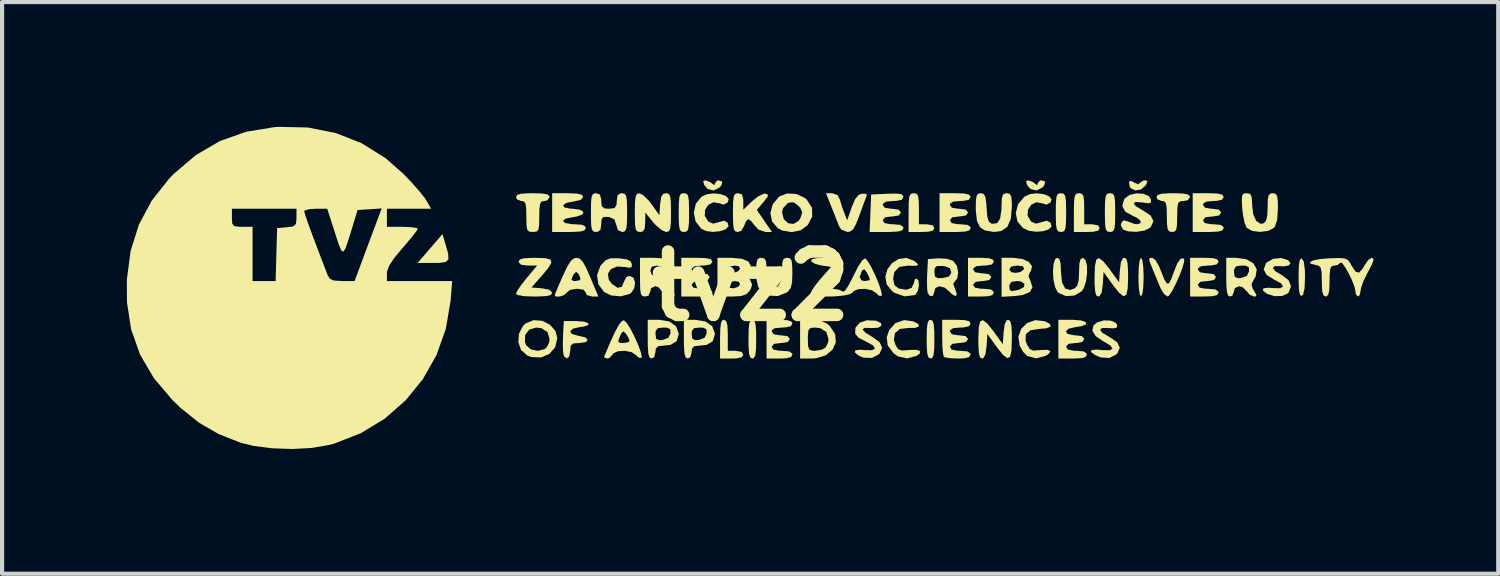
<source format=kicad_pcb>
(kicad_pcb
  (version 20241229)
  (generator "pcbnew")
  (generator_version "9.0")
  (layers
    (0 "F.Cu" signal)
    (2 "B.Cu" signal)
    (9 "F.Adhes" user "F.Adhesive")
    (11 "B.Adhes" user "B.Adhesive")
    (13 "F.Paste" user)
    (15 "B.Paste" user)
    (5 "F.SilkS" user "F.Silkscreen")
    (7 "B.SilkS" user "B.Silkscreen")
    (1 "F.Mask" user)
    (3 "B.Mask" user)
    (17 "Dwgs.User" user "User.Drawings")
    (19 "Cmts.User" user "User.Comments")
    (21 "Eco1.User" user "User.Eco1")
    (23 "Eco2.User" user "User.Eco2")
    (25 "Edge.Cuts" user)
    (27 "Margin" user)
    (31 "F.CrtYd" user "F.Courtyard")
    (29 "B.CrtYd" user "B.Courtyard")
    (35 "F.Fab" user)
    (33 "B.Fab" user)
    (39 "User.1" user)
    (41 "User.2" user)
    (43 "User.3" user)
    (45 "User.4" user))
  (footprint "tvz2"
    (layer "F.Cu")
    (at 15.009 3.832)
    (property "Reference" "tvz2" (at 0 0 0) (layer "F.SilkS") (effects (font (size 1.524 1.524) (thickness 0.3))))
    (attr board_only exclude_from_pos_files exclude_from_bom)
    (fp_poly (pts (xy -7.348 -1.014) (xy -7.284 -0.785) (xy -7.275 -0.65) (xy -7.338 -0.583) (xy -7.487 -0.561) (xy -7.642 -0.559) (xy -8.018 -0.559) (xy -7.72 -0.905) (xy -7.421 -1.252)) (stroke (width 0) (type solid)) (fill yes) (layer "F.SilkS"))
    (fp_poly (pts (xy 9.532 -2.528) (xy 9.506 -2.453) (xy 9.487 -2.422) (xy 9.376 -2.325) (xy 9.24 -2.303) (xy 9.129 -2.357) (xy 9.103 -2.4) (xy 9.087 -2.513) (xy 9.145 -2.533) (xy 9.215 -2.49) (xy 9.309 -2.451) (xy 9.345 -2.481) (xy 9.436 -2.541) (xy 9.475 -2.546)) (stroke (width 0) (type solid)) (fill yes) (layer "F.SilkS"))
    (fp_poly (pts (xy 13.243 -0.668) (xy 13.292 -0.588) (xy 13.317 -0.389) (xy 13.321 -0.217) (xy 13.309 0.052) (xy 13.275 0.201) (xy 13.243 0.233) (xy 13.202 0.212) (xy 13.177 0.105) (xy 13.167 -0.105) (xy 13.166 -0.217) (xy 13.171 -0.471) (xy 13.19 -0.616) (xy 13.225 -0.669)) (stroke (width 0) (type solid)) (fill yes) (layer "F.SilkS"))
    (fp_poly (pts (xy -0.692 -2.514) (xy -0.711 -2.428) (xy -0.758 -2.372) (xy -0.9 -2.302) (xy -1.042 -2.337) (xy -1.118 -2.422) (xy -1.153 -2.519) (xy -1.105 -2.546) (xy -1.101 -2.546) (xy -0.987 -2.506) (xy -0.944 -2.472) (xy -0.882 -2.428) (xy -0.869 -2.472) (xy -0.819 -2.538) (xy -0.776 -2.546)) (stroke (width 0) (type solid)) (fill yes) (layer "F.SilkS"))
    (fp_poly (pts (xy 7.071 -2.514) (xy 7.052 -2.428) (xy 7.005 -2.372) (xy 6.863 -2.302) (xy 6.72 -2.337) (xy 6.645 -2.422) (xy 6.61 -2.519) (xy 6.658 -2.546) (xy 6.661 -2.546) (xy 6.776 -2.506) (xy 6.819 -2.472) (xy 6.88 -2.428) (xy 6.893 -2.472) (xy 6.943 -2.538) (xy 6.987 -2.546)) (stroke (width 0) (type solid)) (fill yes) (layer "F.SilkS"))
    (fp_poly (pts (xy 0.08 0.832) (xy 0.109 0.92) (xy 0.122 1.094) (xy 0.124 1.273) (xy 0.119 1.519) (xy 0.102 1.663) (xy 0.067 1.728) (xy 0.031 1.739) (xy -0.018 1.714) (xy -0.047 1.626) (xy -0.06 1.452) (xy -0.062 1.273) (xy -0.057 1.027) (xy -0.04 0.883) (xy -0.005 0.818) (xy 0.031 0.807)) (stroke (width 0) (type solid)) (fill yes) (layer "F.SilkS"))
    (fp_poly (pts (xy 4.365 0.832) (xy 4.394 0.92) (xy 4.407 1.094) (xy 4.409 1.273) (xy 4.404 1.519) (xy 4.387 1.663) (xy 4.352 1.728) (xy 4.316 1.739) (xy 4.267 1.714) (xy 4.238 1.626) (xy 4.225 1.452) (xy 4.223 1.273) (xy 4.228 1.027) (xy 4.245 0.883) (xy 4.28 0.818) (xy 4.316 0.807)) (stroke (width 0) (type solid)) (fill yes) (layer "F.SilkS"))
    (fp_poly (pts (xy 9.409 -0.625) (xy 9.431 -0.469) (xy 9.44 -0.239) (xy 9.44 -0.217) (xy 9.432 0.017) (xy 9.411 0.181) (xy 9.38 0.248) (xy 9.378 0.248) (xy 9.346 0.191) (xy 9.324 0.034) (xy 9.315 -0.196) (xy 9.315 -0.217) (xy 9.323 -0.452) (xy 9.344 -0.616) (xy 9.375 -0.683) (xy 9.378 -0.683)) (stroke (width 0) (type solid)) (fill yes) (layer "F.SilkS"))
    (fp_poly (pts (xy -0.598 0.836) (xy -0.569 0.937) (xy -0.559 1.135) (xy -0.559 1.18) (xy -0.559 1.553) (xy -0.373 1.553) (xy -0.225 1.58) (xy -0.186 1.646) (xy -0.223 1.707) (xy -0.347 1.735) (xy -0.466 1.739) (xy -0.745 1.739) (xy -0.745 1.273) (xy -0.74 1.027) (xy -0.723 0.883) (xy -0.688 0.818) (xy -0.652 0.807)) (stroke (width 0) (type solid)) (fill yes) (layer "F.SilkS"))
    (fp_poly (pts (xy 3.982 -2.222) (xy 4.019 -2.162) (xy 4.034 -2.028) (xy 4.037 -1.863) (xy 4.037 -1.49) (xy 4.223 -1.49) (xy 4.371 -1.463) (xy 4.409 -1.397) (xy 4.376 -1.339) (xy 4.261 -1.31) (xy 4.099 -1.304) (xy 3.788 -1.304) (xy 3.788 -1.77) (xy 3.791 -2.008) (xy 3.805 -2.148) (xy 3.835 -2.215) (xy 3.89 -2.235) (xy 3.912 -2.236)) (stroke (width 0) (type solid)) (fill yes) (layer "F.SilkS"))
    (fp_poly (pts (xy 7.956 -2.222) (xy 7.994 -2.162) (xy 8.009 -2.028) (xy 8.011 -1.863) (xy 8.011 -1.49) (xy 8.198 -1.49) (xy 8.345 -1.463) (xy 8.384 -1.397) (xy 8.351 -1.339) (xy 8.236 -1.31) (xy 8.073 -1.304) (xy 7.763 -1.304) (xy 7.763 -1.77) (xy 7.766 -2.008) (xy 7.779 -2.148) (xy 7.81 -2.215) (xy 7.865 -2.235) (xy 7.887 -2.236)) (stroke (width 0) (type solid)) (fill yes) (layer "F.SilkS"))
    (fp_poly (pts (xy -1.551 -2.225) (xy -1.514 -2.175) (xy -1.496 -2.059) (xy -1.491 -1.854) (xy -1.49 -1.77) (xy -1.493 -1.532) (xy -1.507 -1.392) (xy -1.537 -1.325) (xy -1.592 -1.305) (xy -1.615 -1.304) (xy -1.678 -1.315) (xy -1.715 -1.365) (xy -1.733 -1.48) (xy -1.739 -1.686) (xy -1.739 -1.77) (xy -1.736 -2.008) (xy -1.723 -2.148) (xy -1.692 -2.215) (xy -1.637 -2.235) (xy -1.615 -2.236)) (stroke (width 0) (type solid)) (fill yes) (layer "F.SilkS"))
    (fp_poly (pts (xy 7.516 -2.225) (xy 7.553 -2.175) (xy 7.571 -2.059) (xy 7.576 -1.854) (xy 7.577 -1.77) (xy 7.574 -1.532) (xy 7.56 -1.392) (xy 7.53 -1.325) (xy 7.475 -1.305) (xy 7.452 -1.304) (xy 7.389 -1.315) (xy 7.352 -1.365) (xy 7.334 -1.48) (xy 7.328 -1.686) (xy 7.328 -1.77) (xy 7.331 -2.008) (xy 7.344 -2.148) (xy 7.375 -2.215) (xy 7.43 -2.235) (xy 7.452 -2.236)) (stroke (width 0) (type solid)) (fill yes) (layer "F.SilkS"))
    (fp_poly (pts (xy 8.696 -2.225) (xy 8.733 -2.175) (xy 8.751 -2.059) (xy 8.756 -1.854) (xy 8.756 -1.77) (xy 8.754 -1.532) (xy 8.74 -1.392) (xy 8.709 -1.325) (xy 8.655 -1.305) (xy 8.632 -1.304) (xy 8.569 -1.315) (xy 8.532 -1.365) (xy 8.514 -1.48) (xy 8.508 -1.686) (xy 8.508 -1.77) (xy 8.511 -2.008) (xy 8.524 -2.148) (xy 8.555 -2.215) (xy 8.61 -2.235) (xy 8.632 -2.236)) (stroke (width 0) (type solid)) (fill yes) (layer "F.SilkS"))
    (fp_poly (pts (xy 3.901 0.845) (xy 4.025 0.911) (xy 4.035 0.968) (xy 3.942 1.003) (xy 3.791 1.004) (xy 3.581 1.027) (xy 3.459 1.128) (xy 3.435 1.292) (xy 3.474 1.413) (xy 3.535 1.512) (xy 3.625 1.547) (xy 3.79 1.535) (xy 3.791 1.535) (xy 3.971 1.528) (xy 4.065 1.559) (xy 4.059 1.617) (xy 3.98 1.674) (xy 3.752 1.736) (xy 3.533 1.687) (xy 3.432 1.617) (xy 3.287 1.426) (xy 3.262 1.226) (xy 3.32 1.06) (xy 3.472 0.887) (xy 3.682 0.815)) (stroke (width 0) (type solid)) (fill yes) (layer "F.SilkS"))
    (fp_poly (pts (xy 2.08 -2.193) (xy 2.136 -2.083) (xy 2.189 -1.907) (xy 2.244 -1.757) (xy 2.312 -1.584) (xy 2.419 -1.894) (xy 2.502 -2.093) (xy 2.588 -2.196) (xy 2.667 -2.225) (xy 2.767 -2.222) (xy 2.786 -2.192) (xy 2.755 -2.11) (xy 2.694 -1.946) (xy 2.617 -1.734) (xy 2.612 -1.721) (xy 2.526 -1.499) (xy 2.456 -1.371) (xy 2.385 -1.315) (xy 2.316 -1.304) (xy 2.172 -1.359) (xy 2.116 -1.444) (xy 2.063 -1.58) (xy 1.985 -1.778) (xy 1.932 -1.91) (xy 1.803 -2.236) (xy 1.95 -2.236)) (stroke (width 0) (type solid)) (fill yes) (layer "F.SilkS"))
    (fp_poly (pts (xy 7.06 0.842) (xy 7.189 0.909) (xy 7.202 0.97) (xy 7.105 1.012) (xy 6.947 1.025) (xy 6.725 1.056) (xy 6.609 1.15) (xy 6.601 1.306) (xy 6.635 1.4) (xy 6.699 1.508) (xy 6.786 1.547) (xy 6.943 1.537) (xy 6.958 1.535) (xy 7.13 1.529) (xy 7.199 1.562) (xy 7.158 1.627) (xy 7.084 1.675) (xy 6.858 1.734) (xy 6.643 1.679) (xy 6.638 1.676) (xy 6.543 1.579) (xy 6.461 1.434) (xy 6.428 1.218) (xy 6.495 1.027) (xy 6.638 0.885) (xy 6.835 0.816)) (stroke (width 0) (type solid)) (fill yes) (layer "F.SilkS"))
    (fp_poly (pts (xy -4.015 0.853) (xy -3.914 0.889) (xy -3.912 0.933) (xy -4.019 0.97) (xy -4.114 0.982) (xy -4.282 1.02) (xy -4.348 1.084) (xy -4.307 1.149) (xy -4.156 1.191) (xy -4.15 1.192) (xy -3.987 1.23) (xy -3.926 1.289) (xy -3.968 1.342) (xy -4.119 1.366) (xy -4.125 1.366) (xy -4.273 1.376) (xy -4.335 1.426) (xy -4.347 1.548) (xy -4.347 1.553) (xy -4.372 1.689) (xy -4.428 1.739) (xy -4.492 1.688) (xy -4.508 1.654) (xy -4.522 1.549) (xy -4.526 1.366) (xy -4.521 1.204) (xy -4.502 0.838) (xy -4.207 0.838)) (stroke (width 0) (type solid)) (fill yes) (layer "F.SilkS"))
    (fp_poly (pts (xy -4.949 -0.675) (xy -4.822 -0.641) (xy -4.801 -0.565) (xy -4.879 -0.433) (xy -5.033 -0.248) (xy -5.279 0.031) (xy -5.03 0.05) (xy -4.847 0.085) (xy -4.782 0.154) (xy -4.782 0.159) (xy -4.811 0.208) (xy -4.911 0.236) (xy -5.105 0.247) (xy -5.217 0.248) (xy -5.469 0.239) (xy -5.616 0.211) (xy -5.651 0.179) (xy -5.614 0.099) (xy -5.517 -0.043) (xy -5.397 -0.193) (xy -5.143 -0.497) (xy -5.366 -0.497) (xy -5.529 -0.516) (xy -5.588 -0.578) (xy -5.589 -0.59) (xy -5.562 -0.642) (xy -5.466 -0.671) (xy -5.277 -0.682) (xy -5.186 -0.683)) (stroke (width 0) (type solid)) (fill yes) (layer "F.SilkS"))
    (fp_poly (pts (xy -0.728 -2.214) (xy -0.6 -2.166) (xy -0.537 -2.094) (xy -0.561 -2.015) (xy -0.657 -1.961) (xy -0.752 -1.991) (xy -0.904 -2.019) (xy -1.028 -1.957) (xy -1.105 -1.837) (xy -1.113 -1.693) (xy -1.032 -1.559) (xy -1.023 -1.551) (xy -0.91 -1.504) (xy -0.779 -1.54) (xy -0.649 -1.576) (xy -0.563 -1.526) (xy -0.56 -1.522) (xy -0.541 -1.437) (xy -0.614 -1.368) (xy -0.749 -1.322) (xy -0.914 -1.306) (xy -1.077 -1.326) (xy -1.196 -1.382) (xy -1.332 -1.555) (xy -1.376 -1.769) (xy -1.328 -1.983) (xy -1.194 -2.15) (xy -1.056 -2.213) (xy -0.891 -2.232)) (stroke (width 0) (type solid)) (fill yes) (layer "F.SilkS"))
    (fp_poly (pts (xy 8.044 -0.629) (xy 8.077 -0.493) (xy 8.08 -0.31) (xy 8.054 -0.118) (xy 8.001 0.046) (xy 7.949 0.124) (xy 7.776 0.225) (xy 7.577 0.239) (xy 7.403 0.167) (xy 7.369 0.135) (xy 7.308 0.014) (xy 7.271 -0.163) (xy 7.26 -0.358) (xy 7.274 -0.534) (xy 7.314 -0.653) (xy 7.359 -0.683) (xy 7.416 -0.652) (xy 7.444 -0.544) (xy 7.452 -0.345) (xy 7.478 -0.089) (xy 7.554 0.056) (xy 7.677 0.09) (xy 7.777 0.055) (xy 7.845 -0.014) (xy 7.879 -0.148) (xy 7.887 -0.344) (xy 7.896 -0.549) (xy 7.925 -0.654) (xy 7.98 -0.683)) (stroke (width 0) (type solid)) (fill yes) (layer "F.SilkS"))
    (fp_poly (pts (xy 9.722 -0.63) (xy 9.804 -0.493) (xy 9.848 -0.388) (xy 9.935 -0.169) (xy 9.999 -0.064) (xy 10.053 -0.071) (xy 10.111 -0.187) (xy 10.152 -0.304) (xy 10.247 -0.544) (xy 10.333 -0.666) (xy 10.409 -0.666) (xy 10.413 -0.662) (xy 10.414 -0.585) (xy 10.37 -0.433) (xy 10.296 -0.242) (xy 10.208 -0.045) (xy 10.12 0.124) (xy 10.046 0.23) (xy 10.017 0.248) (xy 9.939 0.196) (xy 9.856 0.067) (xy 9.84 0.031) (xy 9.751 -0.184) (xy 9.66 -0.404) (xy 9.657 -0.411) (xy 9.591 -0.575) (xy 9.571 -0.655) (xy 9.598 -0.681) (xy 9.652 -0.683)) (stroke (width 0) (type solid)) (fill yes) (layer "F.SilkS"))
    (fp_poly (pts (xy 10.38 -2.229) (xy 10.506 -2.207) (xy 10.555 -2.164) (xy 10.557 -2.143) (xy 10.503 -2.068) (xy 10.402 -2.049) (xy 10.316 -2.041) (xy 10.27 -1.998) (xy 10.251 -1.891) (xy 10.247 -1.69) (xy 10.247 -1.677) (xy 10.242 -1.469) (xy 10.223 -1.356) (xy 10.178 -1.311) (xy 10.123 -1.304) (xy 10.053 -1.318) (xy 10.016 -1.377) (xy 10.001 -1.512) (xy 9.999 -1.677) (xy 9.994 -1.885) (xy 9.974 -1.997) (xy 9.929 -2.043) (xy 9.874 -2.049) (xy 9.773 -2.088) (xy 9.75 -2.143) (xy 9.777 -2.195) (xy 9.873 -2.224) (xy 10.062 -2.235) (xy 10.154 -2.236)) (stroke (width 0) (type solid)) (fill yes) (layer "F.SilkS"))
    (fp_poly (pts (xy -5.021 -2.229) (xy -4.895 -2.207) (xy -4.847 -2.164) (xy -4.844 -2.143) (xy -4.896 -2.067) (xy -4.968 -2.049) (xy -5.038 -2.036) (xy -5.075 -1.976) (xy -5.09 -1.842) (xy -5.092 -1.677) (xy -5.096 -1.47) (xy -5.114 -1.359) (xy -5.158 -1.313) (xy -5.242 -1.304) (xy -5.248 -1.304) (xy -5.334 -1.312) (xy -5.38 -1.355) (xy -5.399 -1.463) (xy -5.403 -1.664) (xy -5.403 -1.677) (xy -5.407 -1.885) (xy -5.427 -1.997) (xy -5.472 -2.043) (xy -5.527 -2.049) (xy -5.628 -2.088) (xy -5.651 -2.143) (xy -5.624 -2.195) (xy -5.528 -2.224) (xy -5.339 -2.235) (xy -5.248 -2.236)) (stroke (width 0) (type solid)) (fill yes) (layer "F.SilkS"))
    (fp_poly (pts (xy 1.681 0.829) (xy 1.836 0.906) (xy 1.897 0.96) (xy 2.022 1.153) (xy 2.039 1.349) (xy 1.959 1.527) (xy 1.795 1.662) (xy 1.559 1.733) (xy 1.462 1.739) (xy 1.18 1.739) (xy 1.18 1.273) (xy 1.366 1.273) (xy 1.372 1.445) (xy 1.403 1.527) (xy 1.481 1.551) (xy 1.54 1.553) (xy 1.695 1.527) (xy 1.789 1.478) (xy 1.851 1.357) (xy 1.863 1.273) (xy 1.813 1.103) (xy 1.669 1.01) (xy 1.54 0.994) (xy 1.433 1.003) (xy 1.382 1.053) (xy 1.367 1.178) (xy 1.366 1.273) (xy 1.18 1.273) (xy 1.18 0.807) (xy 1.462 0.807)) (stroke (width 0) (type solid)) (fill yes) (layer "F.SilkS"))
    (fp_poly (pts (xy 3.922 -0.61) (xy 3.947 -0.592) (xy 4.017 -0.526) (xy 3.993 -0.494) (xy 3.863 -0.49) (xy 3.77 -0.495) (xy 3.567 -0.465) (xy 3.447 -0.343) (xy 3.416 -0.177) (xy 3.451 -0.021) (xy 3.553 0.055) (xy 3.733 0.085) (xy 3.863 0.039) (xy 3.912 -0.069) (xy 3.94 -0.166) (xy 3.975 -0.186) (xy 4.026 -0.137) (xy 4.037 -0.022) (xy 4.013 0.106) (xy 3.959 0.198) (xy 3.938 0.211) (xy 3.689 0.244) (xy 3.448 0.159) (xy 3.393 0.12) (xy 3.262 -0.044) (xy 3.229 -0.227) (xy 3.278 -0.405) (xy 3.39 -0.555) (xy 3.546 -0.655) (xy 3.73 -0.681)) (stroke (width 0) (type solid)) (fill yes) (layer "F.SilkS"))
    (fp_poly (pts (xy 6.23 0.835) (xy 6.258 0.931) (xy 6.271 1.117) (xy 6.272 1.273) (xy 6.263 1.544) (xy 6.229 1.696) (xy 6.164 1.731) (xy 6.06 1.653) (xy 5.91 1.465) (xy 5.895 1.444) (xy 5.682 1.149) (xy 5.663 1.444) (xy 5.636 1.642) (xy 5.585 1.731) (xy 5.555 1.739) (xy 5.507 1.712) (xy 5.479 1.615) (xy 5.467 1.429) (xy 5.465 1.273) (xy 5.475 1.002) (xy 5.508 0.85) (xy 5.573 0.815) (xy 5.677 0.893) (xy 5.827 1.081) (xy 5.843 1.102) (xy 6.055 1.397) (xy 6.074 1.102) (xy 6.101 0.904) (xy 6.153 0.815) (xy 6.183 0.807)) (stroke (width 0) (type solid)) (fill yes) (layer "F.SilkS"))
    (fp_poly (pts (xy 7.037 -2.213) (xy 7.164 -2.163) (xy 7.225 -2.09) (xy 7.201 -2.015) (xy 7.106 -1.961) (xy 7.011 -1.991) (xy 6.859 -2.019) (xy 6.735 -1.957) (xy 6.658 -1.837) (xy 6.65 -1.693) (xy 6.731 -1.559) (xy 6.74 -1.551) (xy 6.853 -1.504) (xy 6.984 -1.54) (xy 7.114 -1.576) (xy 7.2 -1.526) (xy 7.203 -1.522) (xy 7.226 -1.434) (xy 7.155 -1.366) (xy 7.021 -1.322) (xy 6.853 -1.31) (xy 6.682 -1.333) (xy 6.542 -1.396) (xy 6.405 -1.558) (xy 6.365 -1.761) (xy 6.421 -1.97) (xy 6.571 -2.151) (xy 6.578 -2.156) (xy 6.713 -2.216) (xy 6.876 -2.233)) (stroke (width 0) (type solid)) (fill yes) (layer "F.SilkS"))
    (fp_poly (pts (xy 9.025 -0.656) (xy 9.053 -0.56) (xy 9.065 -0.373) (xy 9.067 -0.217) (xy 9.057 0.054) (xy 9.024 0.205) (xy 8.959 0.241) (xy 8.855 0.163) (xy 8.705 -0.025) (xy 8.689 -0.047) (xy 8.477 -0.342) (xy 8.458 -0.047) (xy 8.431 0.152) (xy 8.379 0.24) (xy 8.349 0.248) (xy 8.302 0.221) (xy 8.274 0.125) (xy 8.261 -0.061) (xy 8.26 -0.217) (xy 8.269 -0.489) (xy 8.303 -0.64) (xy 8.368 -0.675) (xy 8.472 -0.597) (xy 8.622 -0.41) (xy 8.637 -0.388) (xy 8.85 -0.093) (xy 8.869 -0.388) (xy 8.896 -0.586) (xy 8.947 -0.675) (xy 8.977 -0.683)) (stroke (width 0) (type solid)) (fill yes) (layer "F.SilkS"))
    (fp_poly (pts (xy -5.022 0.832) (xy -4.835 0.925) (xy -4.702 1.077) (xy -4.658 1.249) (xy -4.711 1.47) (xy -4.852 1.63) (xy -5.051 1.713) (xy -5.28 1.703) (xy -5.384 1.665) (xy -5.53 1.533) (xy -5.596 1.345) (xy -5.595 1.343) (xy -5.437 1.343) (xy -5.407 1.421) (xy -5.292 1.52) (xy -5.126 1.554) (xy -4.966 1.514) (xy -4.919 1.478) (xy -4.856 1.357) (xy -4.844 1.273) (xy -4.894 1.103) (xy -5.038 1.01) (xy -5.168 0.994) (xy -5.334 1.045) (xy -5.431 1.173) (xy -5.437 1.343) (xy -5.595 1.343) (xy -5.58 1.139) (xy -5.482 0.953) (xy -5.417 0.893) (xy -5.228 0.816)) (stroke (width 0) (type solid)) (fill yes) (layer "F.SilkS"))
    (fp_poly (pts (xy -4.19 -2.228) (xy -4.073 -2.201) (xy -4.037 -2.15) (xy -4.037 -2.146) (xy -4.095 -2.075) (xy -4.265 -2.038) (xy -4.444 -2.002) (xy -4.52 -1.947) (xy -4.488 -1.895) (xy -4.345 -1.865) (xy -4.29 -1.863) (xy -4.107 -1.839) (xy -4.029 -1.784) (xy -4.059 -1.721) (xy -4.201 -1.673) (xy -4.265 -1.665) (xy -4.452 -1.628) (xy -4.522 -1.574) (xy -4.477 -1.521) (xy -4.317 -1.492) (xy -4.259 -1.49) (xy -4.073 -1.479) (xy -3.987 -1.439) (xy -3.975 -1.397) (xy -4.002 -1.345) (xy -4.098 -1.316) (xy -4.287 -1.305) (xy -4.378 -1.304) (xy -4.782 -1.304) (xy -4.782 -2.236) (xy -4.409 -2.236)) (stroke (width 0) (type solid)) (fill yes) (layer "F.SilkS"))
    (fp_poly (pts (xy 7.944 0.824) (xy 8.052 0.865) (xy 8.055 0.916) (xy 7.946 0.961) (xy 7.805 0.982) (xy 7.635 1.021) (xy 7.569 1.085) (xy 7.61 1.146) (xy 7.758 1.179) (xy 7.794 1.18) (xy 7.955 1.2) (xy 8.011 1.265) (xy 8.011 1.273) (xy 7.964 1.342) (xy 7.814 1.366) (xy 7.794 1.366) (xy 7.633 1.386) (xy 7.577 1.451) (xy 7.577 1.459) (xy 7.618 1.524) (xy 7.754 1.551) (xy 7.825 1.553) (xy 7.998 1.568) (xy 8.069 1.619) (xy 8.073 1.646) (xy 8.043 1.702) (xy 7.935 1.731) (xy 7.732 1.739) (xy 7.39 1.739) (xy 7.39 0.807) (xy 7.737 0.807)) (stroke (width 0) (type solid)) (fill yes) (layer "F.SilkS"))
    (fp_poly (pts (xy 8.647 0.827) (xy 8.77 0.879) (xy 8.805 0.935) (xy 8.791 0.998) (xy 8.699 1.014) (xy 8.603 1.006) (xy 8.442 1.005) (xy 8.392 1.048) (xy 8.453 1.124) (xy 8.617 1.221) (xy 8.804 1.346) (xy 8.867 1.478) (xy 8.807 1.616) (xy 8.786 1.638) (xy 8.616 1.726) (xy 8.404 1.711) (xy 8.273 1.656) (xy 8.174 1.581) (xy 8.189 1.535) (xy 8.314 1.524) (xy 8.45 1.536) (xy 8.626 1.541) (xy 8.691 1.502) (xy 8.643 1.428) (xy 8.483 1.33) (xy 8.461 1.32) (xy 8.286 1.201) (xy 8.208 1.069) (xy 8.233 0.944) (xy 8.321 0.87) (xy 8.482 0.822)) (stroke (width 0) (type solid)) (fill yes) (layer "F.SilkS"))
    (fp_poly (pts (xy -3.176 -0.671) (xy -2.988 -0.646) (xy -2.894 -0.597) (xy -2.867 -0.535) (xy -2.869 -0.456) (xy -2.942 -0.445) (xy -3.011 -0.46) (xy -3.219 -0.474) (xy -3.368 -0.413) (xy -3.442 -0.3) (xy -3.421 -0.156) (xy -3.345 -0.054) (xy -3.209 0.038) (xy -3.107 0.015) (xy -3.054 -0.114) (xy -2.991 -0.227) (xy -2.915 -0.248) (xy -2.825 -0.2) (xy -2.789 -0.086) (xy -2.809 0.05) (xy -2.883 0.162) (xy -2.915 0.184) (xy -3.131 0.244) (xy -3.362 0.223) (xy -3.533 0.14) (xy -3.671 -0.047) (xy -3.703 -0.267) (xy -3.624 -0.484) (xy -3.6 -0.516) (xy -3.497 -0.624) (xy -3.383 -0.67) (xy -3.206 -0.672)) (stroke (width 0) (type solid)) (fill yes) (layer "F.SilkS"))
    (fp_poly (pts (xy -1.968 0.847) (xy -1.805 0.96) (xy -1.739 1.135) (xy -1.739 1.157) (xy -1.789 1.321) (xy -1.938 1.411) (xy -2.093 1.428) (xy -2.234 1.442) (xy -2.29 1.5) (xy -2.298 1.584) (xy -2.33 1.708) (xy -2.391 1.739) (xy -2.44 1.714) (xy -2.469 1.626) (xy -2.482 1.452) (xy -2.484 1.273) (xy -2.484 1.153) (xy -2.298 1.153) (xy -2.28 1.267) (xy -2.2 1.298) (xy -2.127 1.293) (xy -1.987 1.241) (xy -1.936 1.133) (xy -1.941 1.035) (xy -2.017 0.998) (xy -2.107 0.994) (xy -2.242 1.009) (xy -2.292 1.077) (xy -2.298 1.153) (xy -2.484 1.153) (xy -2.484 0.807) (xy -2.214 0.807)) (stroke (width 0) (type solid)) (fill yes) (layer "F.SilkS"))
    (fp_poly (pts (xy -1.098 0.847) (xy -0.935 0.96) (xy -0.87 1.135) (xy -0.869 1.157) (xy -0.92 1.321) (xy -1.068 1.411) (xy -1.223 1.428) (xy -1.365 1.442) (xy -1.421 1.5) (xy -1.428 1.584) (xy -1.461 1.708) (xy -1.522 1.739) (xy -1.571 1.714) (xy -1.599 1.626) (xy -1.613 1.452) (xy -1.615 1.273) (xy -1.615 1.153) (xy -1.428 1.153) (xy -1.41 1.267) (xy -1.331 1.298) (xy -1.258 1.293) (xy -1.117 1.241) (xy -1.067 1.133) (xy -1.072 1.035) (xy -1.148 0.998) (xy -1.238 0.994) (xy -1.373 1.009) (xy -1.423 1.077) (xy -1.428 1.153) (xy -1.615 1.153) (xy -1.615 0.807) (xy -1.345 0.807)) (stroke (width 0) (type solid)) (fill yes) (layer "F.SilkS"))
    (fp_poly (pts (xy 1.086 -2.218) (xy 1.288 -2.126) (xy 1.338 -2.083) (xy 1.466 -1.886) (xy 1.471 -1.675) (xy 1.362 -1.468) (xy 1.193 -1.344) (xy 0.971 -1.3) (xy 0.744 -1.341) (xy 0.642 -1.396) (xy 0.505 -1.558) (xy 0.465 -1.761) (xy 0.47 -1.78) (xy 0.745 -1.78) (xy 0.788 -1.611) (xy 0.893 -1.513) (xy 1.024 -1.498) (xy 1.147 -1.575) (xy 1.192 -1.648) (xy 1.231 -1.779) (xy 1.184 -1.883) (xy 1.137 -1.934) (xy 1.025 -2.019) (xy 0.92 -2.012) (xy 0.877 -1.991) (xy 0.771 -1.878) (xy 0.745 -1.78) (xy 0.47 -1.78) (xy 0.521 -1.97) (xy 0.671 -2.151) (xy 0.678 -2.156) (xy 0.865 -2.23)) (stroke (width 0) (type solid)) (fill yes) (layer "F.SilkS"))
    (fp_poly (pts (xy 12.91 -0.627) (xy 12.971 -0.554) (xy 12.929 -0.498) (xy 12.807 -0.477) (xy 12.734 -0.483) (xy 12.589 -0.483) (xy 12.549 -0.436) (xy 12.612 -0.356) (xy 12.762 -0.267) (xy 12.926 -0.145) (xy 12.984 0.001) (xy 12.928 0.148) (xy 12.905 0.174) (xy 12.77 0.235) (xy 12.586 0.239) (xy 12.411 0.185) (xy 12.405 0.181) (xy 12.306 0.101) (xy 12.322 0.05) (xy 12.445 0.036) (xy 12.545 0.045) (xy 12.724 0.049) (xy 12.793 0.007) (xy 12.747 -0.066) (xy 12.584 -0.156) (xy 12.583 -0.156) (xy 12.397 -0.27) (xy 12.327 -0.401) (xy 12.378 -0.544) (xy 12.398 -0.568) (xy 12.553 -0.659) (xy 12.75 -0.678)) (stroke (width 0) (type solid)) (fill yes) (layer "F.SilkS"))
    (fp_poly (pts (xy 0.878 0.817) (xy 0.974 0.852) (xy 0.994 0.9) (xy 0.953 0.965) (xy 0.817 0.992) (xy 0.745 0.994) (xy 0.573 1.009) (xy 0.501 1.06) (xy 0.497 1.087) (xy 0.544 1.156) (xy 0.694 1.18) (xy 0.714 1.18) (xy 0.875 1.2) (xy 0.931 1.265) (xy 0.932 1.273) (xy 0.884 1.342) (xy 0.734 1.366) (xy 0.714 1.366) (xy 0.553 1.386) (xy 0.497 1.451) (xy 0.497 1.459) (xy 0.538 1.524) (xy 0.674 1.551) (xy 0.745 1.553) (xy 0.918 1.568) (xy 0.989 1.619) (xy 0.994 1.646) (xy 0.96 1.704) (xy 0.845 1.733) (xy 0.683 1.739) (xy 0.373 1.739) (xy 0.373 0.807) (xy 0.683 0.807)) (stroke (width 0) (type solid)) (fill yes) (layer "F.SilkS"))
    (fp_poly (pts (xy 0.939 -0.669) (xy 0.977 -0.609) (xy 0.991 -0.474) (xy 0.994 -0.314) (xy 0.986 -0.095) (xy 0.956 0.038) (xy 0.893 0.123) (xy 0.856 0.152) (xy 0.644 0.237) (xy 0.424 0.225) (xy 0.248 0.124) (xy 0.168 0.005) (xy 0.131 -0.17) (xy 0.124 -0.342) (xy 0.13 -0.539) (xy 0.153 -0.642) (xy 0.205 -0.679) (xy 0.248 -0.683) (xy 0.324 -0.666) (xy 0.361 -0.595) (xy 0.372 -0.44) (xy 0.373 -0.38) (xy 0.396 -0.146) (xy 0.461 0.000104) (xy 0.558 0.045) (xy 0.652 0) (xy 0.719 -0.127) (xy 0.745 -0.352) (xy 0.745 -0.38) (xy 0.752 -0.564) (xy 0.781 -0.654) (xy 0.845 -0.682) (xy 0.869 -0.683)) (stroke (width 0) (type solid)) (fill yes) (layer "F.SilkS"))
    (fp_poly (pts (xy 2.995 0.829) (xy 3.01 0.832) (xy 3.125 0.887) (xy 3.135 0.949) (xy 3.057 0.997) (xy 2.907 1.007) (xy 2.886 1.005) (xy 2.726 1.002) (xy 2.681 1.041) (xy 2.75 1.118) (xy 2.903 1.211) (xy 3.09 1.344) (xy 3.153 1.478) (xy 3.094 1.616) (xy 3.073 1.638) (xy 2.905 1.725) (xy 2.702 1.718) (xy 2.593 1.672) (xy 2.494 1.592) (xy 2.51 1.541) (xy 2.633 1.526) (xy 2.733 1.536) (xy 2.912 1.539) (xy 2.98 1.498) (xy 2.935 1.425) (xy 2.773 1.335) (xy 2.768 1.333) (xy 2.584 1.239) (xy 2.504 1.142) (xy 2.508 1.017) (xy 2.515 0.993) (xy 2.611 0.878) (xy 2.784 0.819)) (stroke (width 0) (type solid)) (fill yes) (layer "F.SilkS"))
    (fp_poly (pts (xy 5.722 -0.673) (xy 5.818 -0.639) (xy 5.838 -0.59) (xy 5.797 -0.525) (xy 5.661 -0.499) (xy 5.589 -0.497) (xy 5.417 -0.481) (xy 5.345 -0.43) (xy 5.341 -0.404) (xy 5.388 -0.335) (xy 5.538 -0.311) (xy 5.558 -0.311) (xy 5.719 -0.29) (xy 5.775 -0.226) (xy 5.776 -0.217) (xy 5.728 -0.148) (xy 5.578 -0.124) (xy 5.558 -0.124) (xy 5.397 -0.104) (xy 5.341 -0.04) (xy 5.341 -0.031) (xy 5.382 0.034) (xy 5.518 0.06) (xy 5.589 0.062) (xy 5.762 0.077) (xy 5.833 0.128) (xy 5.838 0.155) (xy 5.804 0.214) (xy 5.689 0.242) (xy 5.527 0.248) (xy 5.217 0.248) (xy 5.217 -0.683) (xy 5.527 -0.683)) (stroke (width 0) (type solid)) (fill yes) (layer "F.SilkS"))
    (fp_poly (pts (xy 6.221 -2.22) (xy 6.258 -2.154) (xy 6.271 -2.007) (xy 6.272 -1.908) (xy 6.246 -1.616) (xy 6.161 -1.425) (xy 6.011 -1.326) (xy 5.844 -1.304) (xy 5.623 -1.341) (xy 5.506 -1.418) (xy 5.432 -1.571) (xy 5.404 -1.825) (xy 5.403 -1.883) (xy 5.408 -2.085) (xy 5.431 -2.191) (xy 5.48 -2.231) (xy 5.524 -2.236) (xy 5.594 -2.219) (xy 5.635 -2.148) (xy 5.656 -1.997) (xy 5.664 -1.879) (xy 5.682 -1.67) (xy 5.716 -1.555) (xy 5.777 -1.506) (xy 5.799 -1.5) (xy 5.917 -1.516) (xy 5.989 -1.625) (xy 6.021 -1.838) (xy 6.023 -1.941) (xy 6.031 -2.121) (xy 6.062 -2.209) (xy 6.129 -2.235) (xy 6.148 -2.236)) (stroke (width 0) (type solid)) (fill yes) (layer "F.SilkS"))
    (fp_poly (pts (xy 11.105 -0.675) (xy 11.211 -0.645) (xy 11.241 -0.59) (xy 11.2 -0.525) (xy 11.064 -0.499) (xy 10.992 -0.497) (xy 10.819 -0.481) (xy 10.748 -0.43) (xy 10.744 -0.404) (xy 10.791 -0.335) (xy 10.941 -0.311) (xy 10.961 -0.311) (xy 11.122 -0.29) (xy 11.178 -0.226) (xy 11.178 -0.217) (xy 11.131 -0.148) (xy 10.981 -0.124) (xy 10.961 -0.124) (xy 10.8 -0.104) (xy 10.744 -0.04) (xy 10.744 -0.031) (xy 10.785 0.034) (xy 10.921 0.06) (xy 10.992 0.062) (xy 11.165 0.077) (xy 11.236 0.128) (xy 11.241 0.155) (xy 11.21 0.211) (xy 11.102 0.24) (xy 10.899 0.248) (xy 10.557 0.248) (xy 10.557 -0.683) (xy 10.899 -0.683)) (stroke (width 0) (type solid)) (fill yes) (layer "F.SilkS"))
    (fp_poly (pts (xy -0.222 -2.209) (xy -0.189 -2.106) (xy -0.186 -2.037) (xy -0.186 -1.839) (xy 0.024 -2.043) (xy 0.175 -2.163) (xy 0.306 -2.224) (xy 0.345 -2.226) (xy 0.407 -2.202) (xy 0.396 -2.146) (xy 0.307 -2.032) (xy 0.297 -2.02) (xy 0.138 -1.835) (xy 0.32 -1.57) (xy 0.503 -1.304) (xy 0.346 -1.304) (xy 0.178 -1.362) (xy 0.087 -1.459) (xy -0.001 -1.57) (xy -0.068 -1.615) (xy -0.122 -1.562) (xy -0.161 -1.459) (xy -0.235 -1.332) (xy -0.317 -1.304) (xy -0.377 -1.317) (xy -0.413 -1.372) (xy -0.43 -1.496) (xy -0.435 -1.713) (xy -0.435 -1.77) (xy -0.432 -2.008) (xy -0.418 -2.148) (xy -0.388 -2.215) (xy -0.333 -2.235) (xy -0.311 -2.236)) (stroke (width 0) (type solid)) (fill yes) (layer "F.SilkS"))
    (fp_poly (pts (xy 12.614 -2.222) (xy 12.652 -2.162) (xy 12.667 -2.026) (xy 12.669 -1.868) (xy 12.651 -1.596) (xy 12.595 -1.432) (xy 12.571 -1.402) (xy 12.432 -1.33) (xy 12.24 -1.306) (xy 12.052 -1.329) (xy 11.922 -1.4) (xy 11.919 -1.403) (xy 11.871 -1.516) (xy 11.83 -1.706) (xy 11.811 -1.868) (xy 11.8 -2.073) (xy 11.81 -2.183) (xy 11.848 -2.228) (xy 11.916 -2.236) (xy 12 -2.219) (xy 12.038 -2.146) (xy 12.048 -1.985) (xy 12.048 -1.968) (xy 12.074 -1.735) (xy 12.145 -1.572) (xy 12.249 -1.501) (xy 12.318 -1.509) (xy 12.381 -1.567) (xy 12.413 -1.697) (xy 12.421 -1.892) (xy 12.426 -2.09) (xy 12.449 -2.194) (xy 12.5 -2.232) (xy 12.545 -2.236)) (stroke (width 0) (type solid)) (fill yes) (layer "F.SilkS"))
    (fp_poly (pts (xy -1.088 -0.676) (xy -0.972 -0.651) (xy -0.932 -0.601) (xy -0.932 -0.59) (xy -0.973 -0.525) (xy -1.109 -0.499) (xy -1.18 -0.497) (xy -1.353 -0.481) (xy -1.424 -0.43) (xy -1.428 -0.404) (xy -1.381 -0.335) (xy -1.231 -0.311) (xy -1.211 -0.311) (xy -1.05 -0.29) (xy -0.994 -0.226) (xy -0.994 -0.217) (xy -1.041 -0.148) (xy -1.191 -0.124) (xy -1.211 -0.124) (xy -1.372 -0.104) (xy -1.428 -0.04) (xy -1.428 -0.031) (xy -1.387 0.034) (xy -1.251 0.06) (xy -1.18 0.062) (xy -1.007 0.077) (xy -0.936 0.128) (xy -0.932 0.155) (xy -0.96 0.209) (xy -1.062 0.238) (xy -1.259 0.248) (xy -1.304 0.248) (xy -1.677 0.248) (xy -1.677 -0.683) (xy -1.304 -0.683)) (stroke (width 0) (type solid)) (fill yes) (layer "F.SilkS"))
    (fp_poly (pts (xy 5.122 -2.229) (xy 5.239 -2.203) (xy 5.278 -2.154) (xy 5.279 -2.143) (xy 5.238 -2.078) (xy 5.102 -2.051) (xy 5.03 -2.049) (xy 4.858 -2.034) (xy 4.786 -1.983) (xy 4.782 -1.956) (xy 4.829 -1.887) (xy 4.979 -1.863) (xy 4.999 -1.863) (xy 5.16 -1.843) (xy 5.216 -1.778) (xy 5.217 -1.77) (xy 5.169 -1.701) (xy 5.019 -1.677) (xy 4.999 -1.677) (xy 4.839 -1.657) (xy 4.782 -1.592) (xy 4.782 -1.584) (xy 4.823 -1.519) (xy 4.959 -1.492) (xy 5.03 -1.49) (xy 5.203 -1.475) (xy 5.274 -1.424) (xy 5.279 -1.397) (xy 5.25 -1.343) (xy 5.149 -1.314) (xy 4.951 -1.304) (xy 4.906 -1.304) (xy 4.533 -1.304) (xy 4.533 -2.236) (xy 4.906 -2.236)) (stroke (width 0) (type solid)) (fill yes) (layer "F.SilkS"))
    (fp_poly (pts (xy 11.209 -2.229) (xy 11.325 -2.203) (xy 11.364 -2.154) (xy 11.365 -2.143) (xy 11.324 -2.078) (xy 11.188 -2.051) (xy 11.116 -2.049) (xy 10.944 -2.034) (xy 10.872 -1.983) (xy 10.868 -1.956) (xy 10.915 -1.887) (xy 11.066 -1.863) (xy 11.085 -1.863) (xy 11.246 -1.843) (xy 11.302 -1.778) (xy 11.303 -1.77) (xy 11.256 -1.701) (xy 11.105 -1.677) (xy 11.085 -1.677) (xy 10.925 -1.657) (xy 10.868 -1.592) (xy 10.868 -1.584) (xy 10.909 -1.519) (xy 11.045 -1.492) (xy 11.116 -1.49) (xy 11.289 -1.475) (xy 11.36 -1.424) (xy 11.365 -1.397) (xy 11.336 -1.343) (xy 11.235 -1.314) (xy 11.037 -1.304) (xy 10.992 -1.304) (xy 10.62 -1.304) (xy 10.62 -2.236) (xy 10.992 -2.236)) (stroke (width 0) (type solid)) (fill yes) (layer "F.SilkS"))
    (fp_poly (pts (xy -2.99 0.881) (xy -2.901 1.021) (xy -2.805 1.207) (xy -2.716 1.404) (xy -2.652 1.578) (xy -2.628 1.697) (xy -2.636 1.725) (xy -2.701 1.718) (xy -2.76 1.661) (xy -2.871 1.586) (xy -3.033 1.553) (xy -3.196 1.562) (xy -3.311 1.615) (xy -3.331 1.646) (xy -3.412 1.728) (xy -3.459 1.739) (xy -3.528 1.713) (xy -3.53 1.689) (xy -3.376 1.328) (xy -3.372 1.32) (xy -3.195 1.32) (xy -3.16 1.361) (xy -3.073 1.366) (xy -2.957 1.349) (xy -2.919 1.316) (xy -2.952 1.23) (xy -3 1.155) (xy -3.062 1.087) (xy -3.108 1.115) (xy -3.153 1.206) (xy -3.195 1.32) (xy -3.372 1.32) (xy -3.257 1.072) (xy -3.166 0.911) (xy -3.098 0.832) (xy -3.056 0.82)) (stroke (width 0) (type solid)) (fill yes) (layer "F.SilkS"))
    (fp_poly (pts (xy -1.984 -2.224) (xy -1.948 -2.171) (xy -1.93 -2.052) (xy -1.925 -1.84) (xy -1.925 -1.77) (xy -1.928 -1.531) (xy -1.942 -1.391) (xy -1.973 -1.324) (xy -2.028 -1.305) (xy -2.043 -1.304) (xy -2.15 -1.35) (xy -2.287 -1.465) (xy -2.352 -1.537) (xy -2.542 -1.77) (xy -2.544 -1.537) (xy -2.558 -1.381) (xy -2.607 -1.314) (xy -2.67 -1.304) (xy -2.734 -1.315) (xy -2.771 -1.365) (xy -2.789 -1.48) (xy -2.794 -1.686) (xy -2.795 -1.77) (xy -2.791 -2.01) (xy -2.776 -2.151) (xy -2.744 -2.217) (xy -2.69 -2.234) (xy -2.686 -2.234) (xy -2.59 -2.186) (xy -2.464 -2.064) (xy -2.391 -1.97) (xy -2.205 -1.708) (xy -2.186 -1.972) (xy -2.162 -2.143) (xy -2.114 -2.22) (xy -2.046 -2.236)) (stroke (width 0) (type solid)) (fill yes) (layer "F.SilkS"))
    (fp_poly (pts (xy 3.613 -2.213) (xy 3.66 -2.173) (xy 3.664 -2.146) (xy 3.626 -2.079) (xy 3.499 -2.052) (xy 3.416 -2.049) (xy 3.243 -2.034) (xy 3.172 -1.983) (xy 3.167 -1.956) (xy 3.214 -1.887) (xy 3.365 -1.863) (xy 3.385 -1.863) (xy 3.545 -1.843) (xy 3.602 -1.778) (xy 3.602 -1.77) (xy 3.555 -1.701) (xy 3.404 -1.677) (xy 3.385 -1.677) (xy 3.224 -1.657) (xy 3.168 -1.592) (xy 3.167 -1.584) (xy 3.208 -1.519) (xy 3.344 -1.492) (xy 3.416 -1.49) (xy 3.588 -1.475) (xy 3.66 -1.424) (xy 3.664 -1.397) (xy 3.637 -1.345) (xy 3.541 -1.316) (xy 3.353 -1.305) (xy 3.258 -1.304) (xy 2.851 -1.304) (xy 2.87 -1.754) (xy 2.888 -2.205) (xy 3.276 -2.223) (xy 3.493 -2.228)) (stroke (width 0) (type solid)) (fill yes) (layer "F.SilkS"))
    (fp_poly (pts (xy 9.438 -2.222) (xy 9.569 -2.164) (xy 9.616 -2.088) (xy 9.616 -2.014) (xy 9.554 -1.993) (xy 9.415 -2.013) (xy 9.251 -2.027) (xy 9.198 -1.993) (xy 9.253 -1.923) (xy 9.417 -1.825) (xy 9.424 -1.822) (xy 9.611 -1.697) (xy 9.675 -1.565) (xy 9.614 -1.427) (xy 9.594 -1.405) (xy 9.458 -1.337) (xy 9.262 -1.307) (xy 9.065 -1.319) (xy 8.949 -1.361) (xy 8.893 -1.458) (xy 8.902 -1.518) (xy 8.957 -1.586) (xy 9.059 -1.557) (xy 9.062 -1.555) (xy 9.205 -1.502) (xy 9.28 -1.49) (xy 9.369 -1.517) (xy 9.361 -1.579) (xy 9.269 -1.652) (xy 9.19 -1.687) (xy 9.001 -1.791) (xy 8.926 -1.927) (xy 8.97 -2.086) (xy 8.983 -2.105) (xy 9.101 -2.194) (xy 9.267 -2.233)) (stroke (width 0) (type solid)) (fill yes) (layer "F.SilkS"))
    (fp_poly (pts (xy -4.117 -0.661) (xy -4.042 -0.582) (xy -3.957 -0.424) (xy -3.866 -0.217) (xy -3.672 0.248) (xy -3.823 0.248) (xy -3.945 0.215) (xy -3.975 0.155) (xy -4.023 0.085) (xy -4.177 0.062) (xy -4.185 0.062) (xy -4.355 0.089) (xy -4.432 0.155) (xy -4.496 0.214) (xy -4.602 0.249) (xy -4.694 0.248) (xy -4.72 0.218) (xy -4.696 0.151) (xy -4.634 0.000116) (xy -4.565 -0.158) (xy -4.319 -0.158) (xy -4.272 -0.126) (xy -4.225 -0.124) (xy -4.123 -0.143) (xy -4.1 -0.171) (xy -4.13 -0.259) (xy -4.155 -0.303) (xy -4.207 -0.347) (xy -4.265 -0.285) (xy -4.281 -0.257) (xy -4.319 -0.158) (xy -4.565 -0.158) (xy -4.545 -0.204) (xy -4.525 -0.248) (xy -4.414 -0.48) (xy -4.327 -0.615) (xy -4.247 -0.675) (xy -4.196 -0.683)) (stroke (width 0) (type solid)) (fill yes) (layer "F.SilkS"))
    (fp_poly (pts (xy -0.218 -0.659) (xy -0.059 -0.591) (xy -0.006 -0.485) (xy -0.041 -0.383) (xy -0.071 -0.257) (xy -0.023 -0.152) (xy 0.027 -0.038) (xy -0.008 0.07) (xy -0.036 0.112) (xy -0.117 0.195) (xy -0.238 0.236) (xy -0.437 0.248) (xy -0.469 0.248) (xy -0.807 0.248) (xy -0.807 -0.027) (xy -0.559 -0.027) (xy -0.513 0.039) (xy -0.411 0.051) (xy -0.308 0.012) (xy -0.264 -0.047) (xy -0.294 -0.107) (xy -0.398 -0.124) (xy -0.529 -0.092) (xy -0.559 -0.027) (xy -0.807 -0.027) (xy -0.807 -0.399) (xy -0.559 -0.399) (xy -0.513 -0.334) (xy -0.411 -0.322) (xy -0.308 -0.361) (xy -0.264 -0.419) (xy -0.294 -0.48) (xy -0.398 -0.497) (xy -0.529 -0.464) (xy -0.559 -0.399) (xy -0.807 -0.399) (xy -0.807 -0.683) (xy -0.473 -0.683)) (stroke (width 0) (type solid)) (fill yes) (layer "F.SilkS"))
    (fp_poly (pts (xy -2.141 -0.67) (xy -1.987 -0.636) (xy -1.938 -0.609) (xy -1.876 -0.476) (xy -1.87 -0.303) (xy -1.919 -0.158) (xy -1.934 -0.14) (xy -1.968 -0.056) (xy -1.916 0.069) (xy -1.902 0.09) (xy -1.836 0.201) (xy -1.85 0.242) (xy -1.951 0.248) (xy -2.094 0.201) (xy -2.143 0.124) (xy -2.225 0.023) (xy -2.302 0) (xy -2.403 0.046) (xy -2.422 0.124) (xy -2.466 0.228) (xy -2.546 0.248) (xy -2.61 0.237) (xy -2.647 0.187) (xy -2.665 0.072) (xy -2.67 -0.134) (xy -2.67 -0.217) (xy -2.67 -0.373) (xy -2.422 -0.373) (xy -2.386 -0.275) (xy -2.267 -0.248) (xy -2.145 -0.278) (xy -2.111 -0.373) (xy -2.148 -0.47) (xy -2.267 -0.497) (xy -2.388 -0.468) (xy -2.422 -0.373) (xy -2.67 -0.373) (xy -2.67 -0.683) (xy -2.341 -0.683)) (stroke (width 0) (type solid)) (fill yes) (layer "F.SilkS"))
    (fp_poly (pts (xy 5.143 0.816) (xy 5.249 0.845) (xy 5.279 0.9) (xy 5.238 0.965) (xy 5.102 0.992) (xy 5.03 0.994) (xy 4.858 1.009) (xy 4.786 1.06) (xy 4.782 1.087) (xy 4.829 1.156) (xy 4.979 1.18) (xy 4.999 1.18) (xy 5.16 1.2) (xy 5.216 1.265) (xy 5.217 1.273) (xy 5.169 1.342) (xy 5.019 1.366) (xy 4.999 1.366) (xy 4.839 1.386) (xy 4.782 1.451) (xy 4.782 1.459) (xy 4.823 1.524) (xy 4.959 1.551) (xy 5.03 1.553) (xy 5.203 1.568) (xy 5.274 1.619) (xy 5.279 1.646) (xy 5.244 1.705) (xy 5.127 1.734) (xy 4.979 1.739) (xy 4.795 1.731) (xy 4.666 1.711) (xy 4.637 1.697) (xy 4.616 1.619) (xy 4.601 1.452) (xy 4.596 1.233) (xy 4.596 1.232) (xy 4.596 0.807) (xy 4.937 0.807)) (stroke (width 0) (type solid)) (fill yes) (layer "F.SilkS"))
    (fp_poly (pts (xy 11.911 -0.647) (xy 12.081 -0.549) (xy 12.16 -0.405) (xy 12.133 -0.232) (xy 12.086 -0.154) (xy 12.033 -0.049) (xy 12.061 0.055) (xy 12.093 0.106) (xy 12.152 0.209) (xy 12.136 0.245) (xy 12.088 0.248) (xy 11.984 0.199) (xy 11.924 0.124) (xy 11.821 0.025) (xy 11.735 0) (xy 11.633 0.045) (xy 11.613 0.124) (xy 11.574 0.225) (xy 11.52 0.248) (xy 11.471 0.224) (xy 11.442 0.136) (xy 11.429 -0.039) (xy 11.427 -0.217) (xy 11.427 -0.337) (xy 11.613 -0.337) (xy 11.631 -0.224) (xy 11.711 -0.193) (xy 11.784 -0.198) (xy 11.924 -0.249) (xy 11.975 -0.357) (xy 11.97 -0.456) (xy 11.894 -0.493) (xy 11.804 -0.497) (xy 11.669 -0.481) (xy 11.619 -0.413) (xy 11.613 -0.337) (xy 11.427 -0.337) (xy 11.427 -0.683) (xy 11.661 -0.683)) (stroke (width 0) (type solid)) (fill yes) (layer "F.SilkS"))
    (fp_poly (pts (xy 6.523 -0.655) (xy 6.681 -0.582) (xy 6.756 -0.48) (xy 6.73 -0.364) (xy 6.702 -0.33) (xy 6.671 -0.237) (xy 6.717 -0.131) (xy 6.768 0.025) (xy 6.704 0.141) (xy 6.527 0.213) (xy 6.344 0.236) (xy 6.024 0.255) (xy 6.024 0) (xy 6.21 0) (xy 6.222 0.092) (xy 6.281 0.118) (xy 6.419 0.091) (xy 6.443 0.085) (xy 6.563 0.02) (xy 6.575 -0.057) (xy 6.487 -0.114) (xy 6.397 -0.124) (xy 6.26 -0.105) (xy 6.212 -0.032) (xy 6.21 0) (xy 6.024 0) (xy 6.024 -0.4) (xy 6.21 -0.4) (xy 6.259 -0.337) (xy 6.369 -0.32) (xy 6.488 -0.346) (xy 6.565 -0.412) (xy 6.568 -0.419) (xy 6.535 -0.478) (xy 6.402 -0.497) (xy 6.254 -0.472) (xy 6.21 -0.4) (xy 6.024 -0.4) (xy 6.024 -0.683) (xy 6.299 -0.683)) (stroke (width 0) (type solid)) (fill yes) (layer "F.SilkS"))
    (fp_poly (pts (xy 4.7 -0.661) (xy 4.854 -0.612) (xy 4.867 -0.603) (xy 4.951 -0.486) (xy 4.982 -0.328) (xy 4.957 -0.185) (xy 4.907 -0.125) (xy 4.862 -0.061) (xy 4.9 0.051) (xy 4.905 0.06) (xy 4.949 0.193) (xy 4.915 0.24) (xy 4.824 0.186) (xy 4.782 0.14) (xy 4.655 0.033) (xy 4.527 0.001) (xy 4.434 0.042) (xy 4.409 0.124) (xy 4.376 0.229) (xy 4.305 0.238) (xy 4.249 0.164) (xy 4.234 0.059) (xy 4.23 -0.125) (xy 4.235 -0.286) (xy 4.238 -0.342) (xy 4.409 -0.342) (xy 4.423 -0.231) (xy 4.491 -0.193) (xy 4.611 -0.198) (xy 4.757 -0.232) (xy 4.811 -0.309) (xy 4.813 -0.342) (xy 4.78 -0.435) (xy 4.663 -0.479) (xy 4.611 -0.485) (xy 4.472 -0.487) (xy 4.418 -0.438) (xy 4.409 -0.342) (xy 4.238 -0.342) (xy 4.254 -0.652) (xy 4.502 -0.67)) (stroke (width 0) (type solid)) (fill yes) (layer "F.SilkS"))
    (fp_poly (pts (xy -3.042 -2.225) (xy -3.004 -2.175) (xy -2.986 -2.059) (xy -2.981 -1.854) (xy -2.981 -1.77) (xy -2.984 -1.531) (xy -2.998 -1.391) (xy -3.029 -1.324) (xy -3.083 -1.305) (xy -3.101 -1.304) (xy -3.201 -1.348) (xy -3.241 -1.475) (xy -3.285 -1.608) (xy -3.403 -1.661) (xy -3.431 -1.665) (xy -3.551 -1.665) (xy -3.596 -1.601) (xy -3.602 -1.495) (xy -3.621 -1.356) (xy -3.69 -1.307) (xy -3.726 -1.304) (xy -3.79 -1.315) (xy -3.827 -1.365) (xy -3.845 -1.48) (xy -3.85 -1.686) (xy -3.85 -1.77) (xy -3.847 -2.008) (xy -3.834 -2.148) (xy -3.803 -2.215) (xy -3.749 -2.235) (xy -3.726 -2.236) (xy -3.635 -2.206) (xy -3.603 -2.097) (xy -3.602 -2.049) (xy -3.587 -1.917) (xy -3.514 -1.869) (xy -3.416 -1.863) (xy -3.284 -1.878) (xy -3.235 -1.951) (xy -3.229 -2.049) (xy -3.21 -2.186) (xy -3.137 -2.234) (xy -3.105 -2.236)) (stroke (width 0) (type solid)) (fill yes) (layer "F.SilkS"))
    (fp_poly (pts (xy 14.963 -0.66) (xy 14.967 -0.627) (xy 14.938 -0.545) (xy 14.865 -0.397) (xy 14.812 -0.301) (xy 14.721 -0.114) (xy 14.665 0.052) (xy 14.657 0.109) (xy 14.633 0.218) (xy 14.594 0.248) (xy 14.545 0.196) (xy 14.532 0.117) (xy 14.509 0.008) (xy 14.449 -0.145) (xy 14.369 -0.31) (xy 14.286 -0.456) (xy 14.216 -0.554) (xy 14.174 -0.57) (xy 14.172 -0.565) (xy 14.099 -0.508) (xy 14.03 -0.497) (xy 13.963 -0.482) (xy 13.927 -0.418) (xy 13.913 -0.277) (xy 13.911 -0.124) (xy 13.904 0.092) (xy 13.878 0.208) (xy 13.829 0.248) (xy 13.818 0.248) (xy 13.763 0.22) (xy 13.734 0.117) (xy 13.725 -0.082) (xy 13.725 -0.12) (xy 13.72 -0.327) (xy 13.699 -0.441) (xy 13.651 -0.492) (xy 13.585 -0.508) (xy 13.458 -0.541) (xy 13.44 -0.58) (xy 13.519 -0.62) (xy 13.681 -0.653) (xy 13.893 -0.67) (xy 14.125 -0.678) (xy 14.266 -0.669) (xy 14.348 -0.634) (xy 14.403 -0.563) (xy 14.438 -0.499) (xy 14.534 -0.352) (xy 14.618 -0.326) (xy 14.706 -0.42) (xy 14.749 -0.497) (xy 14.836 -0.625) (xy 14.915 -0.684)) (stroke (width 0) (type solid)) (fill yes) (layer "F.SilkS"))
    (fp_poly (pts (xy 2.027 -0.673) (xy 2.146 -0.633) (xy 2.158 -0.549) (xy 2.07 -0.405) (xy 1.956 -0.265) (xy 1.835 -0.117) (xy 1.756 -0.009) (xy 1.739 0.025) (xy 1.793 0.05) (xy 1.927 0.062) (xy 1.953 0.062) (xy 2.109 0.081) (xy 2.205 0.126) (xy 2.209 0.132) (xy 2.254 0.114) (xy 2.332 0.002) (xy 2.432 -0.186) (xy 2.45 -0.224) (xy 2.612 -0.224) (xy 2.657 -0.14) (xy 2.733 -0.124) (xy 2.834 -0.139) (xy 2.857 -0.159) (xy 2.831 -0.236) (xy 2.788 -0.323) (xy 2.727 -0.407) (xy 2.676 -0.382) (xy 2.665 -0.365) (xy 2.612 -0.224) (xy 2.45 -0.224) (xy 2.46 -0.246) (xy 2.575 -0.471) (xy 2.672 -0.618) (xy 2.739 -0.67) (xy 2.744 -0.669) (xy 2.807 -0.603) (xy 2.891 -0.459) (xy 2.983 -0.271) (xy 3.066 -0.074) (xy 3.125 0.099) (xy 3.147 0.212) (xy 3.14 0.234) (xy 3.074 0.228) (xy 3.016 0.171) (xy 2.907 0.098) (xy 2.747 0.064) (xy 2.584 0.069) (xy 2.469 0.117) (xy 2.447 0.148) (xy 2.375 0.193) (xy 2.221 0.225) (xy 2.019 0.244) (xy 1.804 0.249) (xy 1.612 0.238) (xy 1.476 0.211) (xy 1.431 0.172) (xy 1.471 0.086) (xy 1.572 -0.056) (xy 1.68 -0.186) (xy 1.926 -0.466) (xy 1.697 -0.497) (xy 1.542 -0.536) (xy 1.45 -0.594) (xy 1.444 -0.606) (xy 1.467 -0.651) (xy 1.585 -0.676) (xy 1.796 -0.683)) (stroke (width 0) (type solid)) (fill yes) (layer "F.SilkS"))
    (fp_poly (pts (xy -10.652 -3.816) (xy -9.983 -3.683) (xy -9.359 -3.436) (xy -8.786 -3.077) (xy -8.363 -2.706) (xy -8.159 -2.492) (xy -7.979 -2.288) (xy -7.848 -2.124) (xy -7.806 -2.06) (xy -7.694 -1.863) (xy -8.756 -1.863) (xy -8.756 -1.428) (xy -8.384 -1.428) (xy -8.188 -1.421) (xy -8.053 -1.403) (xy -8.012 -1.382) (xy -8.051 -1.317) (xy -8.155 -1.184) (xy -8.304 -1.006) (xy -8.385 -0.912) (xy -8.585 -0.671) (xy -8.703 -0.491) (xy -8.753 -0.351) (xy -8.756 -0.307) (xy -8.756 -0.124) (xy -7.186 -0.124) (xy -7.225 0.357) (xy -7.34 1.029) (xy -7.565 1.659) (xy -7.892 2.236) (xy -8.309 2.748) (xy -8.808 3.184) (xy -9.378 3.532) (xy -10.01 3.78) (xy -10.151 3.818) (xy -10.557 3.888) (xy -11.024 3.914) (xy -11.506 3.898) (xy -11.957 3.841) (xy -12.273 3.764) (xy -12.805 3.554) (xy -13.274 3.282) (xy -13.72 2.923) (xy -13.912 2.737) (xy -14.36 2.21) (xy -14.69 1.647) (xy -14.905 1.042) (xy -15.006 0.387) (xy -15.009 -0.155) (xy -14.919 -0.846) (xy -14.721 -1.476) (xy -14.631 -1.646) (xy -12.483 -1.646) (xy -12.475 -1.507) (xy -12.429 -1.445) (xy -12.308 -1.429) (xy -12.234 -1.428) (xy -11.986 -1.428) (xy -11.986 -0.124) (xy -11.431 -0.124) (xy -11.414 -0.761) (xy -11.396 -1.397) (xy -11.163 -1.417) (xy -11.01 -1.438) (xy -10.945 -1.494) (xy -10.93 -1.619) (xy -10.93 -1.649) (xy -10.93 -1.802) (xy -10.744 -1.802) (xy -10.721 -1.715) (xy -10.653 -1.518) (xy -10.543 -1.217) (xy -10.391 -0.815) (xy -10.2 -0.317) (xy -10.18 -0.264) (xy -10.126 -0.177) (xy -10.028 -0.136) (xy -9.849 -0.124) (xy -9.829 -0.124) (xy -9.533 -0.124) (xy -9.4 -0.481) (xy -9.313 -0.715) (xy -9.204 -1.008) (xy -9.093 -1.304) (xy -9.074 -1.354) (xy -8.881 -1.87) (xy -9.171 -1.851) (xy -9.461 -1.832) (xy -9.596 -1.389) (xy -9.689 -1.088) (xy -9.755 -0.902) (xy -9.806 -0.828) (xy -9.855 -0.864) (xy -9.914 -1.005) (xy -9.994 -1.251) (xy -10.006 -1.289) (xy -10.191 -1.863) (xy -10.467 -1.863) (xy -10.633 -1.851) (xy -10.732 -1.82) (xy -10.744 -1.802) (xy -10.93 -1.802) (xy -10.93 -1.863) (xy -12.483 -1.863) (xy -12.483 -1.646) (xy -14.631 -1.646) (xy -14.413 -2.054) (xy -13.99 -2.589) (xy -13.88 -2.702) (xy -13.35 -3.153) (xy -12.774 -3.489) (xy -12.147 -3.712) (xy -11.464 -3.825) (xy -11.359 -3.832)) (stroke (width 0) (type solid)) (fill yes) (layer "F.SilkS")))
  (gr_rect
    (start -3 -3)
    (end 32.976 10.746)
    (stroke (width 0.1) (type default))
    (fill no)
    (layer "Edge.Cuts")))
</source>
